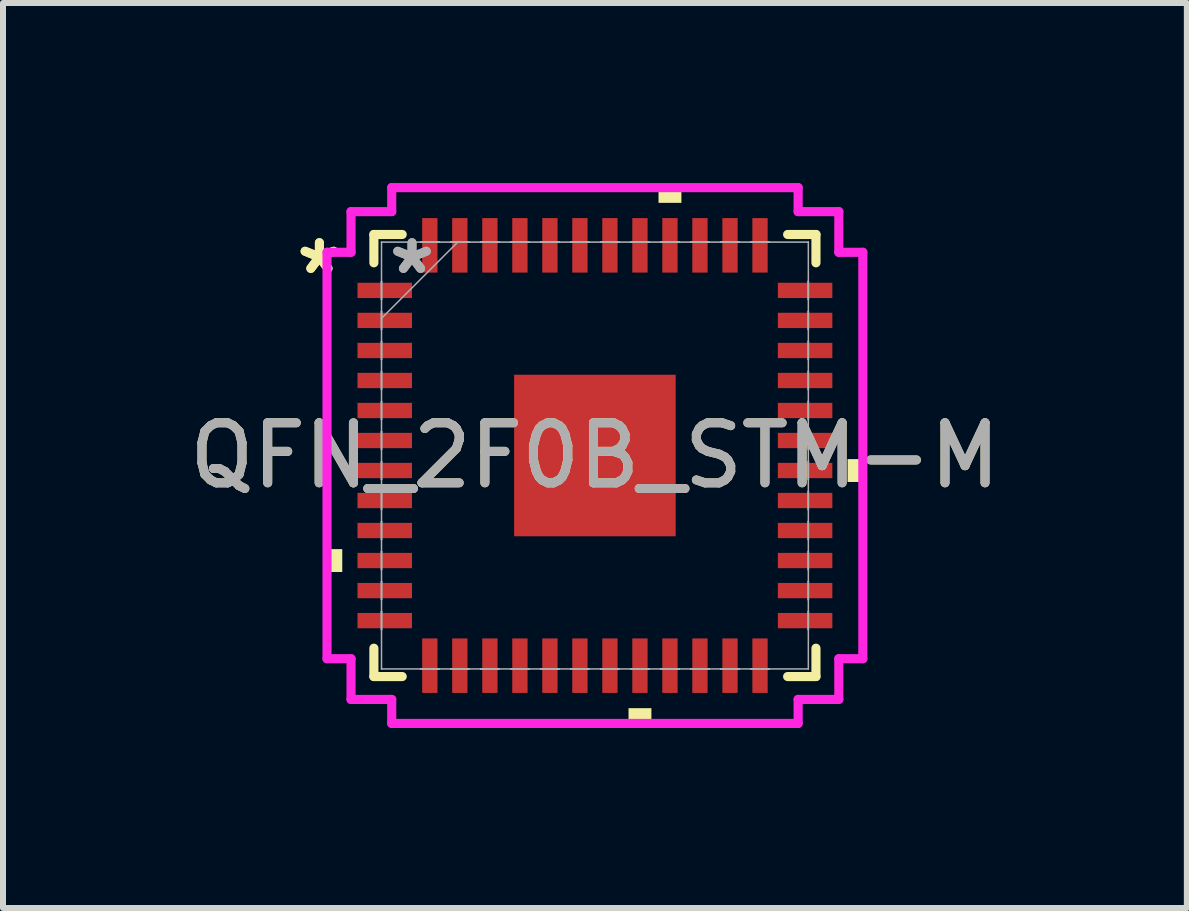
<source format=kicad_pcb>
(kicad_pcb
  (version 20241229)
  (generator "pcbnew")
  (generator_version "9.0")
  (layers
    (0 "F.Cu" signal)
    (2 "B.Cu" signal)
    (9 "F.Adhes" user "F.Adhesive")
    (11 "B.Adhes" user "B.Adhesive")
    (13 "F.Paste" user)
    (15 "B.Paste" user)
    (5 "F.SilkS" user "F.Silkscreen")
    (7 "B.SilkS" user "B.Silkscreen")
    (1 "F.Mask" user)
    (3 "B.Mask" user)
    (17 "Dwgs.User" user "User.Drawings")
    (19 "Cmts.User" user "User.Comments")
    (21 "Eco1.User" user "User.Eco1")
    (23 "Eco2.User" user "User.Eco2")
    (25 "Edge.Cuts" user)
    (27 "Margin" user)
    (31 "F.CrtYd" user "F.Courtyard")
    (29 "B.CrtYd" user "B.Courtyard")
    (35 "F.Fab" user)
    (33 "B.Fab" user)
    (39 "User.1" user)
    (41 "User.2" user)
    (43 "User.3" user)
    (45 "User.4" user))
  (footprint "QFN_2F0B_STM-M"
    (layer "F.Cu")
    (at 6.863 4.54)
    (property "Reference" "QFN_2F0B_STM-M" (at 0 0 0) (unlocked yes) (layer "F.SilkS") (effects (font (size 1 1) (thickness 0.15))))
    (attr smd)
    (fp_line (start -3.683 -3.683) (end -3.683 -3.211) (stroke (width 0.152) (type solid)) (layer "F.SilkS"))
    (fp_line (start -3.683 3.211) (end -3.683 3.683) (stroke (width 0.152) (type solid)) (layer "F.SilkS"))
    (fp_line (start -3.683 3.683) (end -3.211 3.683) (stroke (width 0.152) (type solid)) (layer "F.SilkS"))
    (fp_line (start -3.211 -3.683) (end -3.683 -3.683) (stroke (width 0.152) (type solid)) (layer "F.SilkS"))
    (fp_line (start 3.211 3.683) (end 3.683 3.683) (stroke (width 0.152) (type solid)) (layer "F.SilkS"))
    (fp_line (start 3.683 -3.683) (end 3.211 -3.683) (stroke (width 0.152) (type solid)) (layer "F.SilkS"))
    (fp_line (start 3.683 -3.211) (end 3.683 -3.683) (stroke (width 0.152) (type solid)) (layer "F.SilkS"))
    (fp_line (start 3.683 3.683) (end 3.683 3.211) (stroke (width 0.152) (type solid)) (layer "F.SilkS"))
    (fp_poly (pts (xy -4.464 1.56) (xy -4.464 1.941) (xy -4.21 1.941) (xy -4.21 1.56)) (stroke (width 0) (type solid)) (fill yes) (layer "F.SilkS"))
    (fp_poly (pts (xy 0.56 4.21) (xy 0.56 4.464) (xy 0.941 4.464) (xy 0.941 4.21)) (stroke (width 0) (type solid)) (fill yes) (layer "F.SilkS"))
    (fp_poly (pts (xy 1.06 -4.21) (xy 1.06 -4.464) (xy 1.441 -4.464) (xy 1.441 -4.21)) (stroke (width 0) (type solid)) (fill yes) (layer "F.SilkS"))
    (fp_poly (pts (xy 4.464 0.06) (xy 4.464 0.441) (xy 4.21 0.441) (xy 4.21 0.06)) (stroke (width 0) (type solid)) (fill yes) (layer "F.SilkS"))
    (fp_poly (pts (xy -1.246 -1.246) (xy -1.246 -0.1) (xy -0.1 -0.1) (xy -0.1 -1.246)) (stroke (width 0) (type solid)) (fill yes) (layer "F.Paste"))
    (fp_poly (pts (xy -1.246 0.1) (xy -1.246 1.246) (xy -0.1 1.246) (xy -0.1 0.1)) (stroke (width 0) (type solid)) (fill yes) (layer "F.Paste"))
    (fp_poly (pts (xy 0.1 -1.246) (xy 0.1 -0.1) (xy 1.246 -0.1) (xy 1.246 -1.246)) (stroke (width 0) (type solid)) (fill yes) (layer "F.Paste"))
    (fp_poly (pts (xy 0.1 0.1) (xy 0.1 1.246) (xy 1.246 1.246) (xy 1.246 0.1)) (stroke (width 0) (type solid)) (fill yes) (layer "F.Paste"))
    (fp_line (start -4.464 -3.386) (end -4.064 -3.386) (stroke (width 0.152) (type solid)) (layer "F.CrtYd"))
    (fp_line (start -4.464 3.386) (end -4.464 -3.386) (stroke (width 0.152) (type solid)) (layer "F.CrtYd"))
    (fp_line (start -4.064 -4.064) (end -3.386 -4.064) (stroke (width 0.152) (type solid)) (layer "F.CrtYd"))
    (fp_line (start -4.064 -3.386) (end -4.064 -4.064) (stroke (width 0.152) (type solid)) (layer "F.CrtYd"))
    (fp_line (start -4.064 3.386) (end -4.464 3.386) (stroke (width 0.152) (type solid)) (layer "F.CrtYd"))
    (fp_line (start -4.064 4.064) (end -4.064 3.386) (stroke (width 0.152) (type solid)) (layer "F.CrtYd"))
    (fp_line (start -3.386 -4.464) (end 3.386 -4.464) (stroke (width 0.152) (type solid)) (layer "F.CrtYd"))
    (fp_line (start -3.386 -4.064) (end -3.386 -4.464) (stroke (width 0.152) (type solid)) (layer "F.CrtYd"))
    (fp_line (start -3.386 4.064) (end -4.064 4.064) (stroke (width 0.152) (type solid)) (layer "F.CrtYd"))
    (fp_line (start -3.386 4.464) (end -3.386 4.064) (stroke (width 0.152) (type solid)) (layer "F.CrtYd"))
    (fp_line (start 3.386 -4.464) (end 3.386 -4.064) (stroke (width 0.152) (type solid)) (layer "F.CrtYd"))
    (fp_line (start 3.386 -4.064) (end 4.064 -4.064) (stroke (width 0.152) (type solid)) (layer "F.CrtYd"))
    (fp_line (start 3.386 4.064) (end 3.386 4.464) (stroke (width 0.152) (type solid)) (layer "F.CrtYd"))
    (fp_line (start 3.386 4.464) (end -3.386 4.464) (stroke (width 0.152) (type solid)) (layer "F.CrtYd"))
    (fp_line (start 4.064 -4.064) (end 4.064 -3.386) (stroke (width 0.152) (type solid)) (layer "F.CrtYd"))
    (fp_line (start 4.064 -3.386) (end 4.464 -3.386) (stroke (width 0.152) (type solid)) (layer "F.CrtYd"))
    (fp_line (start 4.064 3.386) (end 4.064 4.064) (stroke (width 0.152) (type solid)) (layer "F.CrtYd"))
    (fp_line (start 4.064 4.064) (end 3.386 4.064) (stroke (width 0.152) (type solid)) (layer "F.CrtYd"))
    (fp_line (start 4.464 -3.386) (end 4.464 3.386) (stroke (width 0.152) (type solid)) (layer "F.CrtYd"))
    (fp_line (start 4.464 3.386) (end 4.064 3.386) (stroke (width 0.152) (type solid)) (layer "F.CrtYd"))
    (fp_line (start -3.556 -3.556) (end -3.556 -3.556) (stroke (width 0.025) (type solid)) (layer "F.Fab"))
    (fp_line (start -3.556 -3.556) (end -3.556 3.556) (stroke (width 0.025) (type solid)) (layer "F.Fab"))
    (fp_line (start -3.556 -2.903) (end -3.556 -2.903) (stroke (width 0.025) (type solid)) (layer "F.Fab"))
    (fp_line (start -3.556 -2.903) (end -3.556 -2.598) (stroke (width 0.025) (type solid)) (layer "F.Fab"))
    (fp_line (start -3.556 -2.598) (end -3.556 -2.903) (stroke (width 0.025) (type solid)) (layer "F.Fab"))
    (fp_line (start -3.556 -2.598) (end -3.556 -2.598) (stroke (width 0.025) (type solid)) (layer "F.Fab"))
    (fp_line (start -3.556 -2.403) (end -3.556 -2.403) (stroke (width 0.025) (type solid)) (layer "F.Fab"))
    (fp_line (start -3.556 -2.403) (end -3.556 -2.098) (stroke (width 0.025) (type solid)) (layer "F.Fab"))
    (fp_line (start -3.556 -2.286) (end -2.286 -3.556) (stroke (width 0.025) (type solid)) (layer "F.Fab"))
    (fp_line (start -3.556 -2.098) (end -3.556 -2.403) (stroke (width 0.025) (type solid)) (layer "F.Fab"))
    (fp_line (start -3.556 -2.098) (end -3.556 -2.098) (stroke (width 0.025) (type solid)) (layer "F.Fab"))
    (fp_line (start -3.556 -1.903) (end -3.556 -1.903) (stroke (width 0.025) (type solid)) (layer "F.Fab"))
    (fp_line (start -3.556 -1.903) (end -3.556 -1.598) (stroke (width 0.025) (type solid)) (layer "F.Fab"))
    (fp_line (start -3.556 -1.598) (end -3.556 -1.903) (stroke (width 0.025) (type solid)) (layer "F.Fab"))
    (fp_line (start -3.556 -1.598) (end -3.556 -1.598) (stroke (width 0.025) (type solid)) (layer "F.Fab"))
    (fp_line (start -3.556 -1.403) (end -3.556 -1.403) (stroke (width 0.025) (type solid)) (layer "F.Fab"))
    (fp_line (start -3.556 -1.403) (end -3.556 -1.098) (stroke (width 0.025) (type solid)) (layer "F.Fab"))
    (fp_line (start -3.556 -1.098) (end -3.556 -1.403) (stroke (width 0.025) (type solid)) (layer "F.Fab"))
    (fp_line (start -3.556 -1.098) (end -3.556 -1.098) (stroke (width 0.025) (type solid)) (layer "F.Fab"))
    (fp_line (start -3.556 -0.903) (end -3.556 -0.903) (stroke (width 0.025) (type solid)) (layer "F.Fab"))
    (fp_line (start -3.556 -0.903) (end -3.556 -0.598) (stroke (width 0.025) (type solid)) (layer "F.Fab"))
    (fp_line (start -3.556 -0.598) (end -3.556 -0.903) (stroke (width 0.025) (type solid)) (layer "F.Fab"))
    (fp_line (start -3.556 -0.598) (end -3.556 -0.598) (stroke (width 0.025) (type solid)) (layer "F.Fab"))
    (fp_line (start -3.556 -0.402) (end -3.556 -0.402) (stroke (width 0.025) (type solid)) (layer "F.Fab"))
    (fp_line (start -3.556 -0.402) (end -3.556 -0.098) (stroke (width 0.025) (type solid)) (layer "F.Fab"))
    (fp_line (start -3.556 -0.098) (end -3.556 -0.402) (stroke (width 0.025) (type solid)) (layer "F.Fab"))
    (fp_line (start -3.556 -0.098) (end -3.556 -0.098) (stroke (width 0.025) (type solid)) (layer "F.Fab"))
    (fp_line (start -3.556 0.098) (end -3.556 0.098) (stroke (width 0.025) (type solid)) (layer "F.Fab"))
    (fp_line (start -3.556 0.098) (end -3.556 0.402) (stroke (width 0.025) (type solid)) (layer "F.Fab"))
    (fp_line (start -3.556 0.402) (end -3.556 0.098) (stroke (width 0.025) (type solid)) (layer "F.Fab"))
    (fp_line (start -3.556 0.402) (end -3.556 0.402) (stroke (width 0.025) (type solid)) (layer "F.Fab"))
    (fp_line (start -3.556 0.598) (end -3.556 0.598) (stroke (width 0.025) (type solid)) (layer "F.Fab"))
    (fp_line (start -3.556 0.598) (end -3.556 0.903) (stroke (width 0.025) (type solid)) (layer "F.Fab"))
    (fp_line (start -3.556 0.903) (end -3.556 0.598) (stroke (width 0.025) (type solid)) (layer "F.Fab"))
    (fp_line (start -3.556 0.903) (end -3.556 0.903) (stroke (width 0.025) (type solid)) (layer "F.Fab"))
    (fp_line (start -3.556 1.098) (end -3.556 1.098) (stroke (width 0.025) (type solid)) (layer "F.Fab"))
    (fp_line (start -3.556 1.098) (end -3.556 1.403) (stroke (width 0.025) (type solid)) (layer "F.Fab"))
    (fp_line (start -3.556 1.403) (end -3.556 1.098) (stroke (width 0.025) (type solid)) (layer "F.Fab"))
    (fp_line (start -3.556 1.403) (end -3.556 1.403) (stroke (width 0.025) (type solid)) (layer "F.Fab"))
    (fp_line (start -3.556 1.598) (end -3.556 1.598) (stroke (width 0.025) (type solid)) (layer "F.Fab"))
    (fp_line (start -3.556 1.598) (end -3.556 1.903) (stroke (width 0.025) (type solid)) (layer "F.Fab"))
    (fp_line (start -3.556 1.903) (end -3.556 1.598) (stroke (width 0.025) (type solid)) (layer "F.Fab"))
    (fp_line (start -3.556 1.903) (end -3.556 1.903) (stroke (width 0.025) (type solid)) (layer "F.Fab"))
    (fp_line (start -3.556 2.098) (end -3.556 2.098) (stroke (width 0.025) (type solid)) (layer "F.Fab"))
    (fp_line (start -3.556 2.098) (end -3.556 2.403) (stroke (width 0.025) (type solid)) (layer "F.Fab"))
    (fp_line (start -3.556 2.403) (end -3.556 2.098) (stroke (width 0.025) (type solid)) (layer "F.Fab"))
    (fp_line (start -3.556 2.403) (end -3.556 2.403) (stroke (width 0.025) (type solid)) (layer "F.Fab"))
    (fp_line (start -3.556 2.598) (end -3.556 2.598) (stroke (width 0.025) (type solid)) (layer "F.Fab"))
    (fp_line (start -3.556 2.598) (end -3.556 2.903) (stroke (width 0.025) (type solid)) (layer "F.Fab"))
    (fp_line (start -3.556 2.903) (end -3.556 2.598) (stroke (width 0.025) (type solid)) (layer "F.Fab"))
    (fp_line (start -3.556 2.903) (end -3.556 2.903) (stroke (width 0.025) (type solid)) (layer "F.Fab"))
    (fp_line (start -3.556 3.556) (end -3.556 3.556) (stroke (width 0.025) (type solid)) (layer "F.Fab"))
    (fp_line (start -3.556 3.556) (end 3.556 3.556) (stroke (width 0.025) (type solid)) (layer "F.Fab"))
    (fp_line (start -2.903 -3.556) (end -2.903 -3.556) (stroke (width 0.025) (type solid)) (layer "F.Fab"))
    (fp_line (start -2.903 -3.556) (end -2.598 -3.556) (stroke (width 0.025) (type solid)) (layer "F.Fab"))
    (fp_line (start -2.903 3.556) (end -2.903 3.556) (stroke (width 0.025) (type solid)) (layer "F.Fab"))
    (fp_line (start -2.903 3.556) (end -2.598 3.556) (stroke (width 0.025) (type solid)) (layer "F.Fab"))
    (fp_line (start -2.598 -3.556) (end -2.903 -3.556) (stroke (width 0.025) (type solid)) (layer "F.Fab"))
    (fp_line (start -2.598 -3.556) (end -2.598 -3.556) (stroke (width 0.025) (type solid)) (layer "F.Fab"))
    (fp_line (start -2.598 3.556) (end -2.903 3.556) (stroke (width 0.025) (type solid)) (layer "F.Fab"))
    (fp_line (start -2.598 3.556) (end -2.598 3.556) (stroke (width 0.025) (type solid)) (layer "F.Fab"))
    (fp_line (start -2.403 -3.556) (end -2.403 -3.556) (stroke (width 0.025) (type solid)) (layer "F.Fab"))
    (fp_line (start -2.403 -3.556) (end -2.098 -3.556) (stroke (width 0.025) (type solid)) (layer "F.Fab"))
    (fp_line (start -2.403 3.556) (end -2.403 3.556) (stroke (width 0.025) (type solid)) (layer "F.Fab"))
    (fp_line (start -2.403 3.556) (end -2.098 3.556) (stroke (width 0.025) (type solid)) (layer "F.Fab"))
    (fp_line (start -2.098 -3.556) (end -2.403 -3.556) (stroke (width 0.025) (type solid)) (layer "F.Fab"))
    (fp_line (start -2.098 -3.556) (end -2.098 -3.556) (stroke (width 0.025) (type solid)) (layer "F.Fab"))
    (fp_line (start -2.098 3.556) (end -2.403 3.556) (stroke (width 0.025) (type solid)) (layer "F.Fab"))
    (fp_line (start -2.098 3.556) (end -2.098 3.556) (stroke (width 0.025) (type solid)) (layer "F.Fab"))
    (fp_line (start -1.903 -3.556) (end -1.903 -3.556) (stroke (width 0.025) (type solid)) (layer "F.Fab"))
    (fp_line (start -1.903 -3.556) (end -1.598 -3.556) (stroke (width 0.025) (type solid)) (layer "F.Fab"))
    (fp_line (start -1.903 3.556) (end -1.903 3.556) (stroke (width 0.025) (type solid)) (layer "F.Fab"))
    (fp_line (start -1.903 3.556) (end -1.598 3.556) (stroke (width 0.025) (type solid)) (layer "F.Fab"))
    (fp_line (start -1.598 -3.556) (end -1.903 -3.556) (stroke (width 0.025) (type solid)) (layer "F.Fab"))
    (fp_line (start -1.598 -3.556) (end -1.598 -3.556) (stroke (width 0.025) (type solid)) (layer "F.Fab"))
    (fp_line (start -1.598 3.556) (end -1.903 3.556) (stroke (width 0.025) (type solid)) (layer "F.Fab"))
    (fp_line (start -1.598 3.556) (end -1.598 3.556) (stroke (width 0.025) (type solid)) (layer "F.Fab"))
    (fp_line (start -1.403 -3.556) (end -1.403 -3.556) (stroke (width 0.025) (type solid)) (layer "F.Fab"))
    (fp_line (start -1.403 -3.556) (end -1.098 -3.556) (stroke (width 0.025) (type solid)) (layer "F.Fab"))
    (fp_line (start -1.403 3.556) (end -1.403 3.556) (stroke (width 0.025) (type solid)) (layer "F.Fab"))
    (fp_line (start -1.403 3.556) (end -1.098 3.556) (stroke (width 0.025) (type solid)) (layer "F.Fab"))
    (fp_line (start -1.098 -3.556) (end -1.403 -3.556) (stroke (width 0.025) (type solid)) (layer "F.Fab"))
    (fp_line (start -1.098 -3.556) (end -1.098 -3.556) (stroke (width 0.025) (type solid)) (layer "F.Fab"))
    (fp_line (start -1.098 3.556) (end -1.403 3.556) (stroke (width 0.025) (type solid)) (layer "F.Fab"))
    (fp_line (start -1.098 3.556) (end -1.098 3.556) (stroke (width 0.025) (type solid)) (layer "F.Fab"))
    (fp_line (start -0.903 -3.556) (end -0.903 -3.556) (stroke (width 0.025) (type solid)) (layer "F.Fab"))
    (fp_line (start -0.903 -3.556) (end -0.598 -3.556) (stroke (width 0.025) (type solid)) (layer "F.Fab"))
    (fp_line (start -0.903 3.556) (end -0.903 3.556) (stroke (width 0.025) (type solid)) (layer "F.Fab"))
    (fp_line (start -0.903 3.556) (end -0.598 3.556) (stroke (width 0.025) (type solid)) (layer "F.Fab"))
    (fp_line (start -0.598 -3.556) (end -0.903 -3.556) (stroke (width 0.025) (type solid)) (layer "F.Fab"))
    (fp_line (start -0.598 -3.556) (end -0.598 -3.556) (stroke (width 0.025) (type solid)) (layer "F.Fab"))
    (fp_line (start -0.598 3.556) (end -0.903 3.556) (stroke (width 0.025) (type solid)) (layer "F.Fab"))
    (fp_line (start -0.598 3.556) (end -0.598 3.556) (stroke (width 0.025) (type solid)) (layer "F.Fab"))
    (fp_line (start -0.402 -3.556) (end -0.402 -3.556) (stroke (width 0.025) (type solid)) (layer "F.Fab"))
    (fp_line (start -0.402 -3.556) (end -0.098 -3.556) (stroke (width 0.025) (type solid)) (layer "F.Fab"))
    (fp_line (start -0.402 3.556) (end -0.402 3.556) (stroke (width 0.025) (type solid)) (layer "F.Fab"))
    (fp_line (start -0.402 3.556) (end -0.098 3.556) (stroke (width 0.025) (type solid)) (layer "F.Fab"))
    (fp_line (start -0.098 -3.556) (end -0.402 -3.556) (stroke (width 0.025) (type solid)) (layer "F.Fab"))
    (fp_line (start -0.098 -3.556) (end -0.098 -3.556) (stroke (width 0.025) (type solid)) (layer "F.Fab"))
    (fp_line (start -0.098 3.556) (end -0.402 3.556) (stroke (width 0.025) (type solid)) (layer "F.Fab"))
    (fp_line (start -0.098 3.556) (end -0.098 3.556) (stroke (width 0.025) (type solid)) (layer "F.Fab"))
    (fp_line (start 0.098 -3.556) (end 0.098 -3.556) (stroke (width 0.025) (type solid)) (layer "F.Fab"))
    (fp_line (start 0.098 -3.556) (end 0.402 -3.556) (stroke (width 0.025) (type solid)) (layer "F.Fab"))
    (fp_line (start 0.098 3.556) (end 0.098 3.556) (stroke (width 0.025) (type solid)) (layer "F.Fab"))
    (fp_line (start 0.098 3.556) (end 0.402 3.556) (stroke (width 0.025) (type solid)) (layer "F.Fab"))
    (fp_line (start 0.402 -3.556) (end 0.098 -3.556) (stroke (width 0.025) (type solid)) (layer "F.Fab"))
    (fp_line (start 0.402 -3.556) (end 0.402 -3.556) (stroke (width 0.025) (type solid)) (layer "F.Fab"))
    (fp_line (start 0.402 3.556) (end 0.098 3.556) (stroke (width 0.025) (type solid)) (layer "F.Fab"))
    (fp_line (start 0.402 3.556) (end 0.402 3.556) (stroke (width 0.025) (type solid)) (layer "F.Fab"))
    (fp_line (start 0.598 -3.556) (end 0.598 -3.556) (stroke (width 0.025) (type solid)) (layer "F.Fab"))
    (fp_line (start 0.598 -3.556) (end 0.903 -3.556) (stroke (width 0.025) (type solid)) (layer "F.Fab"))
    (fp_line (start 0.598 3.556) (end 0.598 3.556) (stroke (width 0.025) (type solid)) (layer "F.Fab"))
    (fp_line (start 0.598 3.556) (end 0.903 3.556) (stroke (width 0.025) (type solid)) (layer "F.Fab"))
    (fp_line (start 0.903 -3.556) (end 0.598 -3.556) (stroke (width 0.025) (type solid)) (layer "F.Fab"))
    (fp_line (start 0.903 -3.556) (end 0.903 -3.556) (stroke (width 0.025) (type solid)) (layer "F.Fab"))
    (fp_line (start 0.903 3.556) (end 0.598 3.556) (stroke (width 0.025) (type solid)) (layer "F.Fab"))
    (fp_line (start 0.903 3.556) (end 0.903 3.556) (stroke (width 0.025) (type solid)) (layer "F.Fab"))
    (fp_line (start 1.098 -3.556) (end 1.098 -3.556) (stroke (width 0.025) (type solid)) (layer "F.Fab"))
    (fp_line (start 1.098 -3.556) (end 1.403 -3.556) (stroke (width 0.025) (type solid)) (layer "F.Fab"))
    (fp_line (start 1.098 3.556) (end 1.098 3.556) (stroke (width 0.025) (type solid)) (layer "F.Fab"))
    (fp_line (start 1.098 3.556) (end 1.403 3.556) (stroke (width 0.025) (type solid)) (layer "F.Fab"))
    (fp_line (start 1.403 -3.556) (end 1.098 -3.556) (stroke (width 0.025) (type solid)) (layer "F.Fab"))
    (fp_line (start 1.403 -3.556) (end 1.403 -3.556) (stroke (width 0.025) (type solid)) (layer "F.Fab"))
    (fp_line (start 1.403 3.556) (end 1.098 3.556) (stroke (width 0.025) (type solid)) (layer "F.Fab"))
    (fp_line (start 1.403 3.556) (end 1.403 3.556) (stroke (width 0.025) (type solid)) (layer "F.Fab"))
    (fp_line (start 1.598 -3.556) (end 1.598 -3.556) (stroke (width 0.025) (type solid)) (layer "F.Fab"))
    (fp_line (start 1.598 -3.556) (end 1.903 -3.556) (stroke (width 0.025) (type solid)) (layer "F.Fab"))
    (fp_line (start 1.598 3.556) (end 1.598 3.556) (stroke (width 0.025) (type solid)) (layer "F.Fab"))
    (fp_line (start 1.598 3.556) (end 1.903 3.556) (stroke (width 0.025) (type solid)) (layer "F.Fab"))
    (fp_line (start 1.903 -3.556) (end 1.598 -3.556) (stroke (width 0.025) (type solid)) (layer "F.Fab"))
    (fp_line (start 1.903 -3.556) (end 1.903 -3.556) (stroke (width 0.025) (type solid)) (layer "F.Fab"))
    (fp_line (start 1.903 3.556) (end 1.598 3.556) (stroke (width 0.025) (type solid)) (layer "F.Fab"))
    (fp_line (start 1.903 3.556) (end 1.903 3.556) (stroke (width 0.025) (type solid)) (layer "F.Fab"))
    (fp_line (start 2.098 -3.556) (end 2.098 -3.556) (stroke (width 0.025) (type solid)) (layer "F.Fab"))
    (fp_line (start 2.098 -3.556) (end 2.403 -3.556) (stroke (width 0.025) (type solid)) (layer "F.Fab"))
    (fp_line (start 2.098 3.556) (end 2.098 3.556) (stroke (width 0.025) (type solid)) (layer "F.Fab"))
    (fp_line (start 2.098 3.556) (end 2.403 3.556) (stroke (width 0.025) (type solid)) (layer "F.Fab"))
    (fp_line (start 2.403 -3.556) (end 2.098 -3.556) (stroke (width 0.025) (type solid)) (layer "F.Fab"))
    (fp_line (start 2.403 -3.556) (end 2.403 -3.556) (stroke (width 0.025) (type solid)) (layer "F.Fab"))
    (fp_line (start 2.403 3.556) (end 2.098 3.556) (stroke (width 0.025) (type solid)) (layer "F.Fab"))
    (fp_line (start 2.403 3.556) (end 2.403 3.556) (stroke (width 0.025) (type solid)) (layer "F.Fab"))
    (fp_line (start 2.598 -3.556) (end 2.598 -3.556) (stroke (width 0.025) (type solid)) (layer "F.Fab"))
    (fp_line (start 2.598 -3.556) (end 2.903 -3.556) (stroke (width 0.025) (type solid)) (layer "F.Fab"))
    (fp_line (start 2.598 3.556) (end 2.598 3.556) (stroke (width 0.025) (type solid)) (layer "F.Fab"))
    (fp_line (start 2.598 3.556) (end 2.903 3.556) (stroke (width 0.025) (type solid)) (layer "F.Fab"))
    (fp_line (start 2.903 -3.556) (end 2.598 -3.556) (stroke (width 0.025) (type solid)) (layer "F.Fab"))
    (fp_line (start 2.903 -3.556) (end 2.903 -3.556) (stroke (width 0.025) (type solid)) (layer "F.Fab"))
    (fp_line (start 2.903 3.556) (end 2.598 3.556) (stroke (width 0.025) (type solid)) (layer "F.Fab"))
    (fp_line (start 2.903 3.556) (end 2.903 3.556) (stroke (width 0.025) (type solid)) (layer "F.Fab"))
    (fp_line (start 3.556 -3.556) (end -3.556 -3.556) (stroke (width 0.025) (type solid)) (layer "F.Fab"))
    (fp_line (start 3.556 -3.556) (end 3.556 -3.556) (stroke (width 0.025) (type solid)) (layer "F.Fab"))
    (fp_line (start 3.556 -2.903) (end 3.556 -2.903) (stroke (width 0.025) (type solid)) (layer "F.Fab"))
    (fp_line (start 3.556 -2.903) (end 3.556 -2.598) (stroke (width 0.025) (type solid)) (layer "F.Fab"))
    (fp_line (start 3.556 -2.598) (end 3.556 -2.903) (stroke (width 0.025) (type solid)) (layer "F.Fab"))
    (fp_line (start 3.556 -2.598) (end 3.556 -2.598) (stroke (width 0.025) (type solid)) (layer "F.Fab"))
    (fp_line (start 3.556 -2.403) (end 3.556 -2.403) (stroke (width 0.025) (type solid)) (layer "F.Fab"))
    (fp_line (start 3.556 -2.403) (end 3.556 -2.098) (stroke (width 0.025) (type solid)) (layer "F.Fab"))
    (fp_line (start 3.556 -2.098) (end 3.556 -2.403) (stroke (width 0.025) (type solid)) (layer "F.Fab"))
    (fp_line (start 3.556 -2.098) (end 3.556 -2.098) (stroke (width 0.025) (type solid)) (layer "F.Fab"))
    (fp_line (start 3.556 -1.903) (end 3.556 -1.903) (stroke (width 0.025) (type solid)) (layer "F.Fab"))
    (fp_line (start 3.556 -1.903) (end 3.556 -1.598) (stroke (width 0.025) (type solid)) (layer "F.Fab"))
    (fp_line (start 3.556 -1.598) (end 3.556 -1.903) (stroke (width 0.025) (type solid)) (layer "F.Fab"))
    (fp_line (start 3.556 -1.598) (end 3.556 -1.598) (stroke (width 0.025) (type solid)) (layer "F.Fab"))
    (fp_line (start 3.556 -1.403) (end 3.556 -1.403) (stroke (width 0.025) (type solid)) (layer "F.Fab"))
    (fp_line (start 3.556 -1.403) (end 3.556 -1.098) (stroke (width 0.025) (type solid)) (layer "F.Fab"))
    (fp_line (start 3.556 -1.098) (end 3.556 -1.403) (stroke (width 0.025) (type solid)) (layer "F.Fab"))
    (fp_line (start 3.556 -1.098) (end 3.556 -1.098) (stroke (width 0.025) (type solid)) (layer "F.Fab"))
    (fp_line (start 3.556 -0.903) (end 3.556 -0.903) (stroke (width 0.025) (type solid)) (layer "F.Fab"))
    (fp_line (start 3.556 -0.903) (end 3.556 -0.598) (stroke (width 0.025) (type solid)) (layer "F.Fab"))
    (fp_line (start 3.556 -0.598) (end 3.556 -0.903) (stroke (width 0.025) (type solid)) (layer "F.Fab"))
    (fp_line (start 3.556 -0.598) (end 3.556 -0.598) (stroke (width 0.025) (type solid)) (layer "F.Fab"))
    (fp_line (start 3.556 -0.402) (end 3.556 -0.402) (stroke (width 0.025) (type solid)) (layer "F.Fab"))
    (fp_line (start 3.556 -0.402) (end 3.556 -0.098) (stroke (width 0.025) (type solid)) (layer "F.Fab"))
    (fp_line (start 3.556 -0.098) (end 3.556 -0.402) (stroke (width 0.025) (type solid)) (layer "F.Fab"))
    (fp_line (start 3.556 -0.098) (end 3.556 -0.098) (stroke (width 0.025) (type solid)) (layer "F.Fab"))
    (fp_line (start 3.556 0.098) (end 3.556 0.098) (stroke (width 0.025) (type solid)) (layer "F.Fab"))
    (fp_line (start 3.556 0.098) (end 3.556 0.402) (stroke (width 0.025) (type solid)) (layer "F.Fab"))
    (fp_line (start 3.556 0.402) (end 3.556 0.098) (stroke (width 0.025) (type solid)) (layer "F.Fab"))
    (fp_line (start 3.556 0.402) (end 3.556 0.402) (stroke (width 0.025) (type solid)) (layer "F.Fab"))
    (fp_line (start 3.556 0.598) (end 3.556 0.598) (stroke (width 0.025) (type solid)) (layer "F.Fab"))
    (fp_line (start 3.556 0.598) (end 3.556 0.903) (stroke (width 0.025) (type solid)) (layer "F.Fab"))
    (fp_line (start 3.556 0.903) (end 3.556 0.598) (stroke (width 0.025) (type solid)) (layer "F.Fab"))
    (fp_line (start 3.556 0.903) (end 3.556 0.903) (stroke (width 0.025) (type solid)) (layer "F.Fab"))
    (fp_line (start 3.556 1.098) (end 3.556 1.098) (stroke (width 0.025) (type solid)) (layer "F.Fab"))
    (fp_line (start 3.556 1.098) (end 3.556 1.403) (stroke (width 0.025) (type solid)) (layer "F.Fab"))
    (fp_line (start 3.556 1.403) (end 3.556 1.098) (stroke (width 0.025) (type solid)) (layer "F.Fab"))
    (fp_line (start 3.556 1.403) (end 3.556 1.403) (stroke (width 0.025) (type solid)) (layer "F.Fab"))
    (fp_line (start 3.556 1.598) (end 3.556 1.598) (stroke (width 0.025) (type solid)) (layer "F.Fab"))
    (fp_line (start 3.556 1.598) (end 3.556 1.903) (stroke (width 0.025) (type solid)) (layer "F.Fab"))
    (fp_line (start 3.556 1.903) (end 3.556 1.598) (stroke (width 0.025) (type solid)) (layer "F.Fab"))
    (fp_line (start 3.556 1.903) (end 3.556 1.903) (stroke (width 0.025) (type solid)) (layer "F.Fab"))
    (fp_line (start 3.556 2.098) (end 3.556 2.098) (stroke (width 0.025) (type solid)) (layer "F.Fab"))
    (fp_line (start 3.556 2.098) (end 3.556 2.403) (stroke (width 0.025) (type solid)) (layer "F.Fab"))
    (fp_line (start 3.556 2.403) (end 3.556 2.098) (stroke (width 0.025) (type solid)) (layer "F.Fab"))
    (fp_line (start 3.556 2.403) (end 3.556 2.403) (stroke (width 0.025) (type solid)) (layer "F.Fab"))
    (fp_line (start 3.556 2.598) (end 3.556 2.598) (stroke (width 0.025) (type solid)) (layer "F.Fab"))
    (fp_line (start 3.556 2.598) (end 3.556 2.903) (stroke (width 0.025) (type solid)) (layer "F.Fab"))
    (fp_line (start 3.556 2.903) (end 3.556 2.598) (stroke (width 0.025) (type solid)) (layer "F.Fab"))
    (fp_line (start 3.556 2.903) (end 3.556 2.903) (stroke (width 0.025) (type solid)) (layer "F.Fab"))
    (fp_line (start 3.556 3.556) (end 3.556 -3.556) (stroke (width 0.025) (type solid)) (layer "F.Fab"))
    (fp_line (start 3.556 3.556) (end 3.556 3.556) (stroke (width 0.025) (type solid)) (layer "F.Fab"))
    (fp_text user "*" (at -4.591 -3.001 0) (unlocked yes) (layer "F.SilkS") (effects (font (size 1 1) (thickness 0.15))))
    (fp_text user "*" (at -4.591 -3.001 0) (layer "F.SilkS") (effects (font (size 1 1) (thickness 0.15))))
    (fp_text user "*" (at -3.048 -3.001 0) (layer "F.Fab") (effects (font (size 1 1) (thickness 0.15))))
    (fp_text user "${REFERENCE}" (at 0 0 0) (unlocked yes) (layer "F.Fab") (effects (font (size 1 1) (thickness 0.15))))
    (fp_text user "*" (at -3.048 -3.001 0) (unlocked yes) (layer "F.Fab") (effects (font (size 1 1) (thickness 0.15))))
    (pad "1" smd rect (at -3.502 -2.751 90) (size 0.255 0.908) (layers "F.Cu" "F.Mask" "F.Paste"))
    (pad "2" smd rect (at -3.502 -2.251 90) (size 0.255 0.908) (layers "F.Cu" "F.Mask" "F.Paste"))
    (pad "3" smd rect (at -3.502 -1.75 90) (size 0.255 0.908) (layers "F.Cu" "F.Mask" "F.Paste"))
    (pad "4" smd rect (at -3.502 -1.25 90) (size 0.255 0.908) (layers "F.Cu" "F.Mask" "F.Paste"))
    (pad "5" smd rect (at -3.502 -0.75 90) (size 0.255 0.908) (layers "F.Cu" "F.Mask" "F.Paste"))
    (pad "6" smd rect (at -3.502 -0.25 90) (size 0.255 0.908) (layers "F.Cu" "F.Mask" "F.Paste"))
    (pad "7" smd rect (at -3.502 0.25 90) (size 0.255 0.908) (layers "F.Cu" "F.Mask" "F.Paste"))
    (pad "8" smd rect (at -3.502 0.75 90) (size 0.255 0.908) (layers "F.Cu" "F.Mask" "F.Paste"))
    (pad "9" smd rect (at -3.502 1.25 90) (size 0.255 0.908) (layers "F.Cu" "F.Mask" "F.Paste"))
    (pad "10" smd rect (at -3.502 1.75 90) (size 0.255 0.908) (layers "F.Cu" "F.Mask" "F.Paste"))
    (pad "11" smd rect (at -3.502 2.251 90) (size 0.255 0.908) (layers "F.Cu" "F.Mask" "F.Paste"))
    (pad "12" smd rect (at -3.502 2.751 90) (size 0.255 0.908) (layers "F.Cu" "F.Mask" "F.Paste"))
    (pad "13" smd rect (at -2.751 3.502) (size 0.255 0.908) (layers "F.Cu" "F.Mask" "F.Paste"))
    (pad "14" smd rect (at -2.251 3.502) (size 0.255 0.908) (layers "F.Cu" "F.Mask" "F.Paste"))
    (pad "15" smd rect (at -1.75 3.502) (size 0.255 0.908) (layers "F.Cu" "F.Mask" "F.Paste"))
    (pad "16" smd rect (at -1.25 3.502) (size 0.255 0.908) (layers "F.Cu" "F.Mask" "F.Paste"))
    (pad "17" smd rect (at -0.75 3.502) (size 0.255 0.908) (layers "F.Cu" "F.Mask" "F.Paste"))
    (pad "18" smd rect (at -0.25 3.502) (size 0.255 0.908) (layers "F.Cu" "F.Mask" "F.Paste"))
    (pad "19" smd rect (at 0.25 3.502) (size 0.255 0.908) (layers "F.Cu" "F.Mask" "F.Paste"))
    (pad "20" smd rect (at 0.75 3.502) (size 0.255 0.908) (layers "F.Cu" "F.Mask" "F.Paste"))
    (pad "21" smd rect (at 1.25 3.502) (size 0.255 0.908) (layers "F.Cu" "F.Mask" "F.Paste"))
    (pad "22" smd rect (at 1.75 3.502) (size 0.255 0.908) (layers "F.Cu" "F.Mask" "F.Paste"))
    (pad "23" smd rect (at 2.251 3.502) (size 0.255 0.908) (layers "F.Cu" "F.Mask" "F.Paste"))
    (pad "24" smd rect (at 2.751 3.502) (size 0.255 0.908) (layers "F.Cu" "F.Mask" "F.Paste"))
    (pad "25" smd rect (at 3.502 2.751 90) (size 0.255 0.908) (layers "F.Cu" "F.Mask" "F.Paste"))
    (pad "26" smd rect (at 3.502 2.251 90) (size 0.255 0.908) (layers "F.Cu" "F.Mask" "F.Paste"))
    (pad "27" smd rect (at 3.502 1.75 90) (size 0.255 0.908) (layers "F.Cu" "F.Mask" "F.Paste"))
    (pad "28" smd rect (at 3.502 1.25 90) (size 0.255 0.908) (layers "F.Cu" "F.Mask" "F.Paste"))
    (pad "29" smd rect (at 3.502 0.75 90) (size 0.255 0.908) (layers "F.Cu" "F.Mask" "F.Paste"))
    (pad "30" smd rect (at 3.502 0.25 90) (size 0.255 0.908) (layers "F.Cu" "F.Mask" "F.Paste"))
    (pad "31" smd rect (at 3.502 -0.25 90) (size 0.255 0.908) (layers "F.Cu" "F.Mask" "F.Paste"))
    (pad "32" smd rect (at 3.502 -0.75 90) (size 0.255 0.908) (layers "F.Cu" "F.Mask" "F.Paste"))
    (pad "33" smd rect (at 3.502 -1.25 90) (size 0.255 0.908) (layers "F.Cu" "F.Mask" "F.Paste"))
    (pad "34" smd rect (at 3.502 -1.75 90) (size 0.255 0.908) (layers "F.Cu" "F.Mask" "F.Paste"))
    (pad "35" smd rect (at 3.502 -2.251 90) (size 0.255 0.908) (layers "F.Cu" "F.Mask" "F.Paste"))
    (pad "36" smd rect (at 3.502 -2.751 90) (size 0.255 0.908) (layers "F.Cu" "F.Mask" "F.Paste"))
    (pad "37" smd rect (at 2.751 -3.502) (size 0.255 0.908) (layers "F.Cu" "F.Mask" "F.Paste"))
    (pad "38" smd rect (at 2.251 -3.502) (size 0.255 0.908) (layers "F.Cu" "F.Mask" "F.Paste"))
    (pad "39" smd rect (at 1.75 -3.502) (size 0.255 0.908) (layers "F.Cu" "F.Mask" "F.Paste"))
    (pad "40" smd rect (at 1.25 -3.502) (size 0.255 0.908) (layers "F.Cu" "F.Mask" "F.Paste"))
    (pad "41" smd rect (at 0.75 -3.502) (size 0.255 0.908) (layers "F.Cu" "F.Mask" "F.Paste"))
    (pad "42" smd rect (at 0.25 -3.502) (size 0.255 0.908) (layers "F.Cu" "F.Mask" "F.Paste"))
    (pad "43" smd rect (at -0.25 -3.502) (size 0.255 0.908) (layers "F.Cu" "F.Mask" "F.Paste"))
    (pad "44" smd rect (at -0.75 -3.502) (size 0.255 0.908) (layers "F.Cu" "F.Mask" "F.Paste"))
    (pad "45" smd rect (at -1.25 -3.502) (size 0.255 0.908) (layers "F.Cu" "F.Mask" "F.Paste"))
    (pad "46" smd rect (at -1.75 -3.502) (size 0.255 0.908) (layers "F.Cu" "F.Mask" "F.Paste"))
    (pad "47" smd rect (at -2.251 -3.502) (size 0.255 0.908) (layers "F.Cu" "F.Mask" "F.Paste"))
    (pad "48" smd rect (at -2.751 -3.502) (size 0.255 0.908) (layers "F.Cu" "F.Mask" "F.Paste"))
    (pad "49" smd rect (at 0 0) (size 2.692 2.692) (layers "F.Cu" "F.Mask" "F.Paste")))
  (gr_rect
    (start -3 -3)
    (end 16.726 12.08)
    (stroke (width 0.1) (type default))
    (fill no)
    (layer "Edge.Cuts")))
</source>
